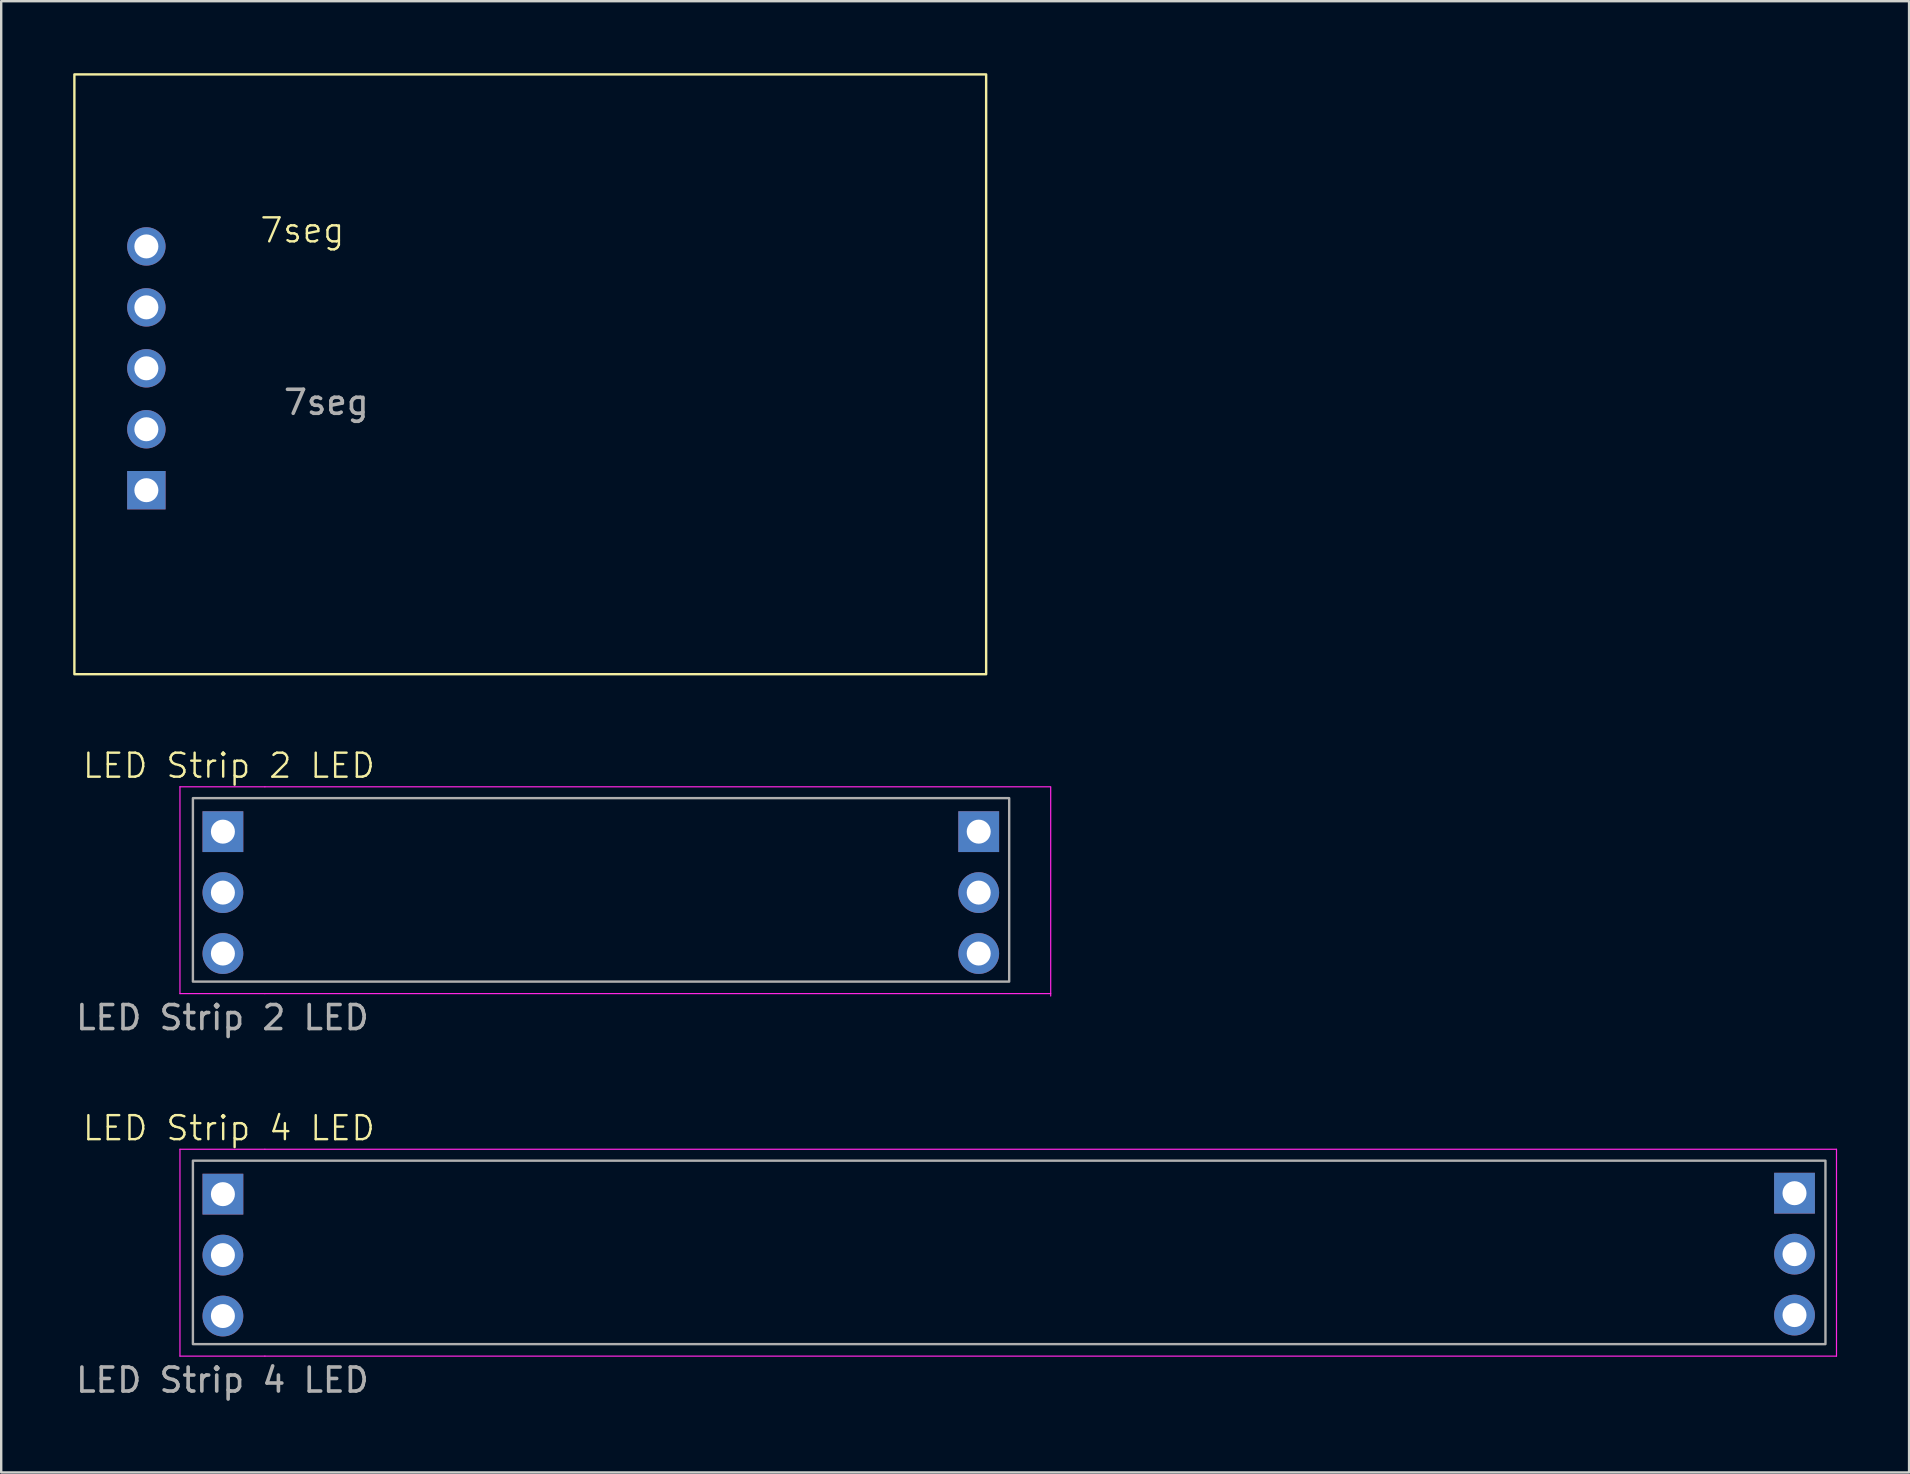
<source format=kicad_pcb>
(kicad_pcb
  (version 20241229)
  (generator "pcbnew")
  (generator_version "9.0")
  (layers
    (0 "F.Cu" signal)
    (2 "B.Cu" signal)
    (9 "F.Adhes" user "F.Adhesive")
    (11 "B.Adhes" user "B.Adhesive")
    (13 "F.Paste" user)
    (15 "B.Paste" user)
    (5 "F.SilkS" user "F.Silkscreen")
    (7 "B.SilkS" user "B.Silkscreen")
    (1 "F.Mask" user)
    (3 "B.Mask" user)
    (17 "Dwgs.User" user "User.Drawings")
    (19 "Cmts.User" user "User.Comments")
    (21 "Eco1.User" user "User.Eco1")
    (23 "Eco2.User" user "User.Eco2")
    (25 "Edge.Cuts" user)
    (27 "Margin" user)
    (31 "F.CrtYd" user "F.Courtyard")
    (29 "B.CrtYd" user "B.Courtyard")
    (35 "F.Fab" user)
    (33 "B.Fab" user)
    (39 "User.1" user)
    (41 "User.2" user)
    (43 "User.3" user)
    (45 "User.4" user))
  (footprint "LED Strip 2 LED"
    (layer "F.Cu")
    (at 30.49 33.861)
    (property "Reference" "LED Strip 2 LED" (at -24 -5 0) (unlocked yes) (layer "F.SilkS") (effects (font (size 1 1) (thickness 0.1))))
    (attr smd)
    (fp_line (start -26.04 -4.12) (end -26.04 4.5) (stroke (width 0.05) (type solid)) (layer "F.CrtYd"))
    (fp_line (start -26.04 4.5) (end -22.5 4.5) (stroke (width 0.05) (type solid)) (layer "F.CrtYd"))
    (fp_line (start -22.5 -4.12) (end -26.04 -4.12) (stroke (width 0.05) (type solid)) (layer "F.CrtYd"))
    (fp_line (start -22.5 -4.12) (end 10.25 -4.12) (stroke (width 0.05) (type solid)) (layer "F.CrtYd"))
    (fp_line (start -22.5 4.5) (end 10.25 4.5) (stroke (width 0.05) (type solid)) (layer "F.CrtYd"))
    (fp_line (start 10.25 4.6) (end 10.25 -4.1) (stroke (width 0.05) (type solid)) (layer "F.CrtYd"))
    (fp_rect (start -25.5 -3.646) (end 8.52 4) (stroke (width 0.1) (type solid)) (fill no) (layer "F.Fab"))
    (fp_text user "${REFERENCE}" (at -24.27 5.5 0) (unlocked yes) (layer "F.Fab") (effects (font (size 1 1) (thickness 0.15))))
    (pad "1" thru_hole rect (at -24.25 -2.25) (size 1.7 1.7) (drill 1) (layers "*.Cu" "*.Mask"))
    (pad "2" thru_hole circle (at -24.25 0.29) (size 1.7 1.7) (drill 1) (layers "*.Cu" "*.Mask"))
    (pad "3" thru_hole circle (at -24.25 2.83) (size 1.7 1.7) (drill 1) (layers "*.Cu" "*.Mask"))
    (pad "4" thru_hole rect (at 7.25 -2.25) (size 1.7 1.7) (drill 1) (layers "*.Cu" "*.Mask"))
    (pad "5" thru_hole circle (at 7.25 0.29) (size 1.7 1.7) (drill 1) (layers "*.Cu" "*.Mask"))
    (pad "6" thru_hole circle (at 7.25 2.83) (size 1.7 1.7) (drill 1) (layers "*.Cu" "*.Mask")))
  (footprint "7seg"
    (layer "F.Cu")
    (at 9.55 8.8)
    (property "Reference" "7seg" (at 0 -2.25 0) (unlocked yes) (layer "F.SilkS") (effects (font (size 1 1) (thickness 0.1))))
    (attr through_hole)
    (fp_rect (start -9.5 -8.75) (end 28.5 16.25) (stroke (width 0.1) (type solid)) (fill no) (layer "F.SilkS"))
    (fp_text user "${REFERENCE}" (at 1 4.92 0) (unlocked yes) (layer "F.Fab") (effects (font (size 1 1) (thickness 0.15))))
    (pad "1" thru_hole rect (at -6.5 8.58 180) (size 1.6 1.6) (drill 1) (layers "*.Cu" "*.Mask"))
    (pad "2" thru_hole oval (at -6.5 6.04 180) (size 1.6 1.6) (drill 1) (layers "*.Cu" "*.Mask"))
    (pad "3" thru_hole oval (at -6.5 3.5 180) (size 1.6 1.6) (drill 1) (layers "*.Cu" "*.Mask"))
    (pad "4" thru_hole oval (at -6.5 0.96 180) (size 1.6 1.6) (drill 1) (layers "*.Cu" "*.Mask"))
    (pad "5" thru_hole oval (at -6.5 -1.58 180) (size 1.6 1.6) (drill 1) (layers "*.Cu" "*.Mask")))
  (footprint "LED Strip 4 LED"
    (layer "F.Cu")
    (at 30.49 48.969)
    (property "Reference" "LED Strip 4 LED" (at -24 -5 0) (unlocked yes) (layer "F.SilkS") (effects (font (size 1 1) (thickness 0.1))))
    (attr smd)
    (fp_line (start -26.04 -4.12) (end -26.04 4.5) (stroke (width 0.05) (type solid)) (layer "F.CrtYd"))
    (fp_line (start -26.04 4.5) (end -22.5 4.5) (stroke (width 0.05) (type solid)) (layer "F.CrtYd"))
    (fp_line (start -22.5 -4.12) (end -26.04 -4.12) (stroke (width 0.05) (type solid)) (layer "F.CrtYd"))
    (fp_line (start -22.5 -4.12) (end 43 -4.12) (stroke (width 0.05) (type default)) (layer "F.CrtYd"))
    (fp_line (start -22.5 4.5) (end 43 4.5) (stroke (width 0.05) (type default)) (layer "F.CrtYd"))
    (fp_line (start 43 4.5) (end 43 -4.12) (stroke (width 0.05) (type solid)) (layer "F.CrtYd"))
    (fp_rect (start -25.5 -3.646) (end 42.54 4) (stroke (width 0.1) (type default)) (fill no) (layer "F.Fab"))
    (fp_text user "${REFERENCE}" (at -24.27 5.5 0) (unlocked yes) (layer "F.Fab") (effects (font (size 1 1) (thickness 0.15))))
    (pad "1" thru_hole rect (at 41.25 -2.29) (size 1.7 1.7) (drill 1) (layers "*.Cu" "*.Mask"))
    (pad "2" thru_hole circle (at 41.25 0.25) (size 1.7 1.7) (drill 1) (layers "*.Cu" "*.Mask"))
    (pad "3" thru_hole circle (at 41.25 2.79) (size 1.7 1.7) (drill 1) (layers "*.Cu" "*.Mask"))
    (pad "4" thru_hole rect (at -24.25 -2.25) (size 1.7 1.7) (drill 1) (layers "*.Cu" "*.Mask"))
    (pad "5" thru_hole circle (at -24.25 0.29) (size 1.7 1.7) (drill 1) (layers "*.Cu" "*.Mask"))
    (pad "6" thru_hole circle (at -24.25 2.83) (size 1.7 1.7) (drill 1) (layers "*.Cu" "*.Mask")))
  (gr_rect
    (start -3 -3)
    (end 76.515 58.318)
    (stroke (width 0.1) (type default))
    (fill no)
    (layer "Edge.Cuts")))
</source>
